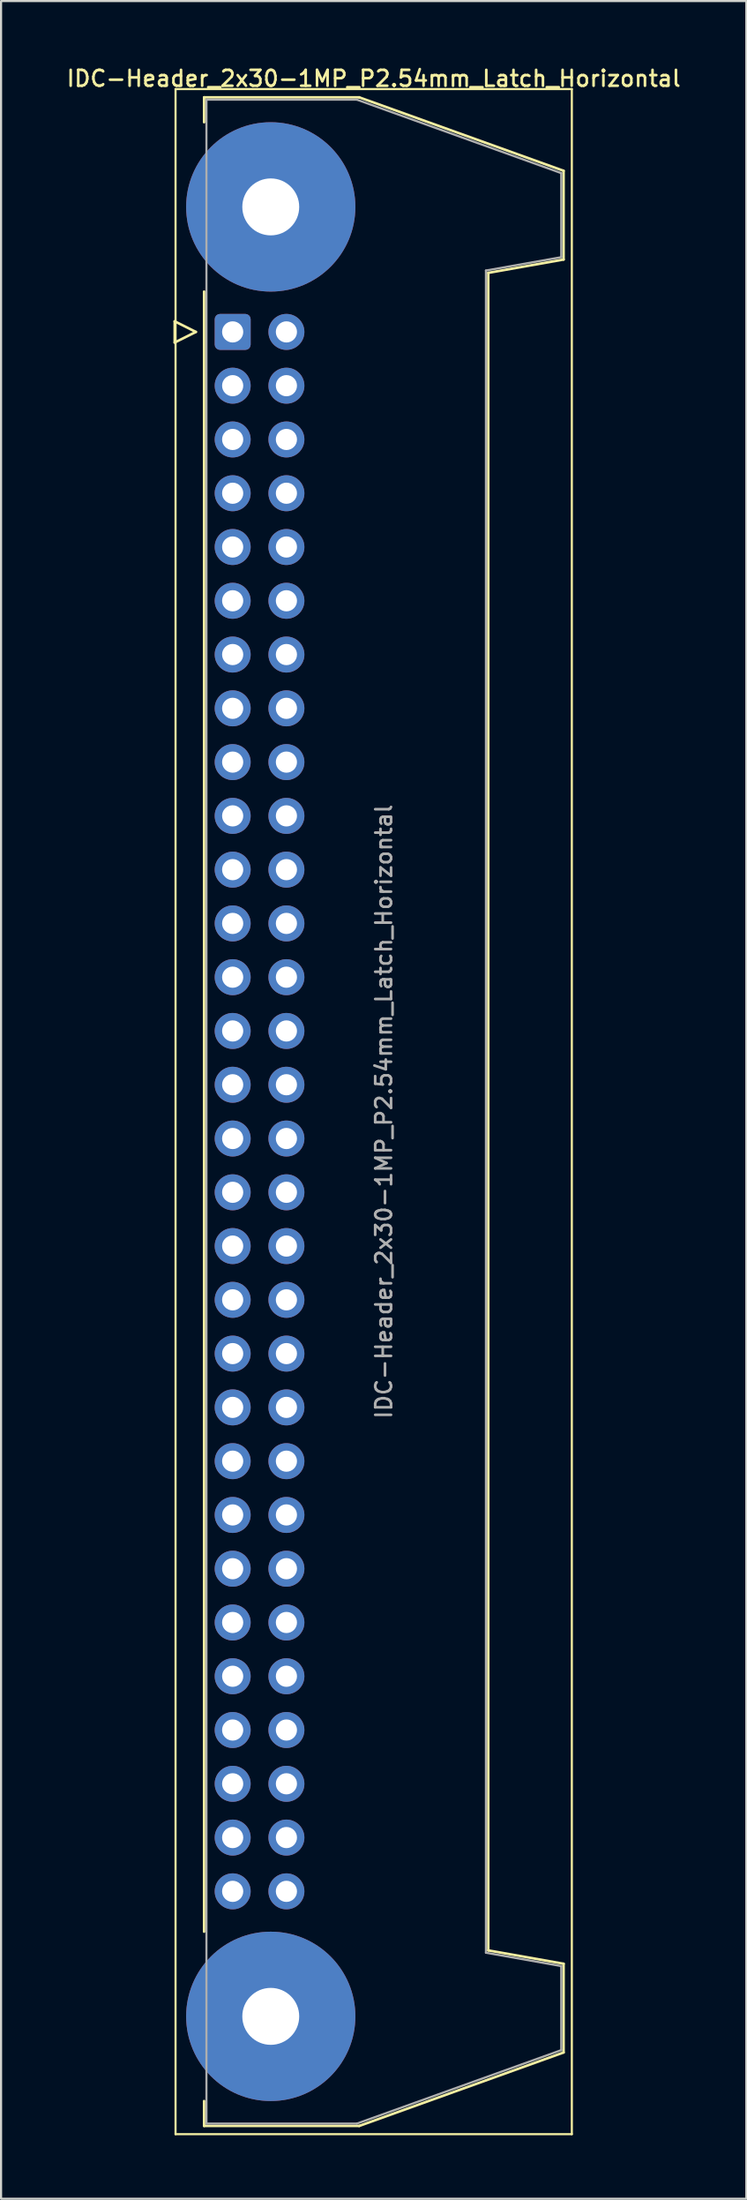
<source format=kicad_pcb>
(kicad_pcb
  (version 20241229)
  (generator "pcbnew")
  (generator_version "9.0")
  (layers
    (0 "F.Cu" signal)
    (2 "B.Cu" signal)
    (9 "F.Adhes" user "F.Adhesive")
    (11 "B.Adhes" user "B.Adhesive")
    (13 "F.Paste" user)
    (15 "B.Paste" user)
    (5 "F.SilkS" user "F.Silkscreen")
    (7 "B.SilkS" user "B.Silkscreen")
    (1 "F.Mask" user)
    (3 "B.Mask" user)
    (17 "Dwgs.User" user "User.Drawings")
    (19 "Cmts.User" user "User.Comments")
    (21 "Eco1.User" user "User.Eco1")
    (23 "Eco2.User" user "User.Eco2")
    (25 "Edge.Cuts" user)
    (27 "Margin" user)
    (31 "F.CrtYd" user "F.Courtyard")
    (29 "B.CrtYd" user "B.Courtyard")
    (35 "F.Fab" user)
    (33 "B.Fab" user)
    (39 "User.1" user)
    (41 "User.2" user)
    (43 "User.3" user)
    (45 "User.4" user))
  (footprint "IDC-Header_2x30-1MP_P2.54mm_Latch_Horizontal"
    (layer "F.Cu")
    (at 7.947 12.628)
    (property "Reference" "IDC-Header_2x30-1MP_P2.54mm_Latch_Horizontal" (at 6.665 -11.97 0) (layer "F.SilkS") (effects (font (size 0.75 0.75) (thickness 0.125))))
    (attr through_hole)
    (fp_line (start -2.74 -0.5) (end -2.74 0.5) (stroke (width 0.12) (type solid)) (layer "F.SilkS"))
    (fp_line (start -2.74 0.5) (end -1.74 0) (stroke (width 0.12) (type solid)) (layer "F.SilkS"))
    (fp_line (start -2.7 -11.47) (end -2.7 85.13) (stroke (width 0.1) (type solid)) (layer "F.SilkS"))
    (fp_line (start -2.7 85.13) (end 16.03 85.13) (stroke (width 0.1) (type solid)) (layer "F.SilkS"))
    (fp_line (start -1.74 0) (end -2.74 -0.5) (stroke (width 0.12) (type solid)) (layer "F.SilkS"))
    (fp_line (start -1.35 -11.08) (end -1.35 -9.905) (stroke (width 0.12) (type solid)) (layer "F.SilkS"))
    (fp_line (start -1.35 -11.08) (end 5.98 -11.08) (stroke (width 0.12) (type solid)) (layer "F.SilkS"))
    (fp_line (start -1.35 -1.905) (end -1.35 75.565) (stroke (width 0.12) (type solid)) (layer "F.SilkS"))
    (fp_line (start -1.35 83.565) (end -1.35 84.74) (stroke (width 0.12) (type solid)) (layer "F.SilkS"))
    (fp_line (start 5.98 -11.08) (end 15.64 -7.61) (stroke (width 0.12) (type solid)) (layer "F.SilkS"))
    (fp_line (start 5.98 84.74) (end -1.35 84.74) (stroke (width 0.12) (type solid)) (layer "F.SilkS"))
    (fp_line (start 12.08 -2.79) (end 12.08 76.45) (stroke (width 0.12) (type solid)) (layer "F.SilkS"))
    (fp_line (start 12.08 76.45) (end 15.64 77.08) (stroke (width 0.12) (type solid)) (layer "F.SilkS"))
    (fp_line (start 15.64 -7.61) (end 15.64 -3.42) (stroke (width 0.12) (type solid)) (layer "F.SilkS"))
    (fp_line (start 15.64 -3.42) (end 12.08 -2.79) (stroke (width 0.12) (type solid)) (layer "F.SilkS"))
    (fp_line (start 15.64 77.08) (end 15.64 81.27) (stroke (width 0.12) (type solid)) (layer "F.SilkS"))
    (fp_line (start 15.64 81.27) (end 5.98 84.74) (stroke (width 0.12) (type solid)) (layer "F.SilkS"))
    (fp_line (start 16.03 -11.47) (end -2.7 -11.47) (stroke (width 0.1) (type solid)) (layer "F.SilkS"))
    (fp_line (start 16.03 85.13) (end 16.03 -11.47) (stroke (width 0.1) (type solid)) (layer "F.SilkS"))
    (fp_line (start -1.24 -10.97) (end 5.87 -10.97) (stroke (width 0.1) (type solid)) (layer "F.Fab"))
    (fp_line (start -1.24 84.63) (end -1.24 -10.97) (stroke (width 0.1) (type solid)) (layer "F.Fab"))
    (fp_line (start 5.87 -10.97) (end 15.53 -7.5) (stroke (width 0.1) (type solid)) (layer "F.Fab"))
    (fp_line (start 5.87 84.63) (end -1.24 84.63) (stroke (width 0.1) (type solid)) (layer "F.Fab"))
    (fp_line (start 11.97 -2.9) (end 11.97 76.56) (stroke (width 0.1) (type solid)) (layer "F.Fab"))
    (fp_line (start 11.97 76.56) (end 15.53 77.19) (stroke (width 0.1) (type solid)) (layer "F.Fab"))
    (fp_line (start 15.53 -7.5) (end 15.53 -3.53) (stroke (width 0.1) (type solid)) (layer "F.Fab"))
    (fp_line (start 15.53 -3.53) (end 11.97 -2.9) (stroke (width 0.1) (type solid)) (layer "F.Fab"))
    (fp_line (start 15.53 77.19) (end 15.53 81.16) (stroke (width 0.1) (type solid)) (layer "F.Fab"))
    (fp_line (start 15.53 81.16) (end 5.87 84.63) (stroke (width 0.1) (type solid)) (layer "F.Fab"))
    (fp_text user "${REFERENCE}" (at 7.145 36.83 90) (layer "F.Fab") (effects (font (size 0.75 0.75) (thickness 0.125))))
    (pad "1" thru_hole roundrect (at 0 0) (size 1.7 1.7) (drill 1) (layers "*.Cu" "*.Mask") (roundrect_rratio 0.147))
    (pad "2" thru_hole circle (at 2.54 0) (size 1.7 1.7) (drill 1) (layers "*.Cu" "*.Mask"))
    (pad "3" thru_hole circle (at 0 2.54) (size 1.7 1.7) (drill 1) (layers "*.Cu" "*.Mask"))
    (pad "4" thru_hole circle (at 2.54 2.54) (size 1.7 1.7) (drill 1) (layers "*.Cu" "*.Mask"))
    (pad "5" thru_hole circle (at 0 5.08) (size 1.7 1.7) (drill 1) (layers "*.Cu" "*.Mask"))
    (pad "6" thru_hole circle (at 2.54 5.08) (size 1.7 1.7) (drill 1) (layers "*.Cu" "*.Mask"))
    (pad "7" thru_hole circle (at 0 7.62) (size 1.7 1.7) (drill 1) (layers "*.Cu" "*.Mask"))
    (pad "8" thru_hole circle (at 2.54 7.62) (size 1.7 1.7) (drill 1) (layers "*.Cu" "*.Mask"))
    (pad "9" thru_hole circle (at 0 10.16) (size 1.7 1.7) (drill 1) (layers "*.Cu" "*.Mask"))
    (pad "10" thru_hole circle (at 2.54 10.16) (size 1.7 1.7) (drill 1) (layers "*.Cu" "*.Mask"))
    (pad "11" thru_hole circle (at 0 12.7) (size 1.7 1.7) (drill 1) (layers "*.Cu" "*.Mask"))
    (pad "12" thru_hole circle (at 2.54 12.7) (size 1.7 1.7) (drill 1) (layers "*.Cu" "*.Mask"))
    (pad "13" thru_hole circle (at 0 15.24) (size 1.7 1.7) (drill 1) (layers "*.Cu" "*.Mask"))
    (pad "14" thru_hole circle (at 2.54 15.24) (size 1.7 1.7) (drill 1) (layers "*.Cu" "*.Mask"))
    (pad "15" thru_hole circle (at 0 17.78) (size 1.7 1.7) (drill 1) (layers "*.Cu" "*.Mask"))
    (pad "16" thru_hole circle (at 2.54 17.78) (size 1.7 1.7) (drill 1) (layers "*.Cu" "*.Mask"))
    (pad "17" thru_hole circle (at 0 20.32) (size 1.7 1.7) (drill 1) (layers "*.Cu" "*.Mask"))
    (pad "18" thru_hole circle (at 2.54 20.32) (size 1.7 1.7) (drill 1) (layers "*.Cu" "*.Mask"))
    (pad "19" thru_hole circle (at 0 22.86) (size 1.7 1.7) (drill 1) (layers "*.Cu" "*.Mask"))
    (pad "20" thru_hole circle (at 2.54 22.86) (size 1.7 1.7) (drill 1) (layers "*.Cu" "*.Mask"))
    (pad "21" thru_hole circle (at 0 25.4) (size 1.7 1.7) (drill 1) (layers "*.Cu" "*.Mask"))
    (pad "22" thru_hole circle (at 2.54 25.4) (size 1.7 1.7) (drill 1) (layers "*.Cu" "*.Mask"))
    (pad "23" thru_hole circle (at 0 27.94) (size 1.7 1.7) (drill 1) (layers "*.Cu" "*.Mask"))
    (pad "24" thru_hole circle (at 2.54 27.94) (size 1.7 1.7) (drill 1) (layers "*.Cu" "*.Mask"))
    (pad "25" thru_hole circle (at 0 30.48) (size 1.7 1.7) (drill 1) (layers "*.Cu" "*.Mask"))
    (pad "26" thru_hole circle (at 2.54 30.48) (size 1.7 1.7) (drill 1) (layers "*.Cu" "*.Mask"))
    (pad "27" thru_hole circle (at 0 33.02) (size 1.7 1.7) (drill 1) (layers "*.Cu" "*.Mask"))
    (pad "28" thru_hole circle (at 2.54 33.02) (size 1.7 1.7) (drill 1) (layers "*.Cu" "*.Mask"))
    (pad "29" thru_hole circle (at 0 35.56) (size 1.7 1.7) (drill 1) (layers "*.Cu" "*.Mask"))
    (pad "30" thru_hole circle (at 2.54 35.56) (size 1.7 1.7) (drill 1) (layers "*.Cu" "*.Mask"))
    (pad "31" thru_hole circle (at 0 38.1) (size 1.7 1.7) (drill 1) (layers "*.Cu" "*.Mask"))
    (pad "32" thru_hole circle (at 2.54 38.1) (size 1.7 1.7) (drill 1) (layers "*.Cu" "*.Mask"))
    (pad "33" thru_hole circle (at 0 40.64) (size 1.7 1.7) (drill 1) (layers "*.Cu" "*.Mask"))
    (pad "34" thru_hole circle (at 2.54 40.64) (size 1.7 1.7) (drill 1) (layers "*.Cu" "*.Mask"))
    (pad "35" thru_hole circle (at 0 43.18) (size 1.7 1.7) (drill 1) (layers "*.Cu" "*.Mask"))
    (pad "36" thru_hole circle (at 2.54 43.18) (size 1.7 1.7) (drill 1) (layers "*.Cu" "*.Mask"))
    (pad "37" thru_hole circle (at 0 45.72) (size 1.7 1.7) (drill 1) (layers "*.Cu" "*.Mask"))
    (pad "38" thru_hole circle (at 2.54 45.72) (size 1.7 1.7) (drill 1) (layers "*.Cu" "*.Mask"))
    (pad "39" thru_hole circle (at 0 48.26) (size 1.7 1.7) (drill 1) (layers "*.Cu" "*.Mask"))
    (pad "40" thru_hole circle (at 2.54 48.26) (size 1.7 1.7) (drill 1) (layers "*.Cu" "*.Mask"))
    (pad "41" thru_hole circle (at 0 50.8) (size 1.7 1.7) (drill 1) (layers "*.Cu" "*.Mask"))
    (pad "42" thru_hole circle (at 2.54 50.8) (size 1.7 1.7) (drill 1) (layers "*.Cu" "*.Mask"))
    (pad "43" thru_hole circle (at 0 53.34) (size 1.7 1.7) (drill 1) (layers "*.Cu" "*.Mask"))
    (pad "44" thru_hole circle (at 2.54 53.34) (size 1.7 1.7) (drill 1) (layers "*.Cu" "*.Mask"))
    (pad "45" thru_hole circle (at 0 55.88) (size 1.7 1.7) (drill 1) (layers "*.Cu" "*.Mask"))
    (pad "46" thru_hole circle (at 2.54 55.88) (size 1.7 1.7) (drill 1) (layers "*.Cu" "*.Mask"))
    (pad "47" thru_hole circle (at 0 58.42) (size 1.7 1.7) (drill 1) (layers "*.Cu" "*.Mask"))
    (pad "48" thru_hole circle (at 2.54 58.42) (size 1.7 1.7) (drill 1) (layers "*.Cu" "*.Mask"))
    (pad "49" thru_hole circle (at 0 60.96) (size 1.7 1.7) (drill 1) (layers "*.Cu" "*.Mask"))
    (pad "50" thru_hole circle (at 2.54 60.96) (size 1.7 1.7) (drill 1) (layers "*.Cu" "*.Mask"))
    (pad "51" thru_hole circle (at 0 63.5) (size 1.7 1.7) (drill 1) (layers "*.Cu" "*.Mask"))
    (pad "52" thru_hole circle (at 2.54 63.5) (size 1.7 1.7) (drill 1) (layers "*.Cu" "*.Mask"))
    (pad "53" thru_hole circle (at 0 66.04) (size 1.7 1.7) (drill 1) (layers "*.Cu" "*.Mask"))
    (pad "54" thru_hole circle (at 2.54 66.04) (size 1.7 1.7) (drill 1) (layers "*.Cu" "*.Mask"))
    (pad "55" thru_hole circle (at 0 68.58) (size 1.7 1.7) (drill 1) (layers "*.Cu" "*.Mask"))
    (pad "56" thru_hole circle (at 2.54 68.58) (size 1.7 1.7) (drill 1) (layers "*.Cu" "*.Mask"))
    (pad "57" thru_hole circle (at 0 71.12) (size 1.7 1.7) (drill 1) (layers "*.Cu" "*.Mask"))
    (pad "58" thru_hole circle (at 2.54 71.12) (size 1.7 1.7) (drill 1) (layers "*.Cu" "*.Mask"))
    (pad "59" thru_hole circle (at 0 73.66) (size 1.7 1.7) (drill 1) (layers "*.Cu" "*.Mask"))
    (pad "60" thru_hole circle (at 2.54 73.66) (size 1.7 1.7) (drill 1) (layers "*.Cu" "*.Mask"))
    (pad "MP" thru_hole circle (at 1.8 -5.905) (size 8 8) (drill 2.69) (layers "*.Cu" "*.Mask"))
    (pad "MP" thru_hole circle (at 1.8 79.565) (size 8 8) (drill 2.69) (layers "*.Cu" "*.Mask")))
  (gr_rect
    (start -3 -3)
    (end 32.225 100.808)
    (stroke (width 0.1) (type default))
    (fill no)
    (layer "Edge.Cuts")))
</source>
